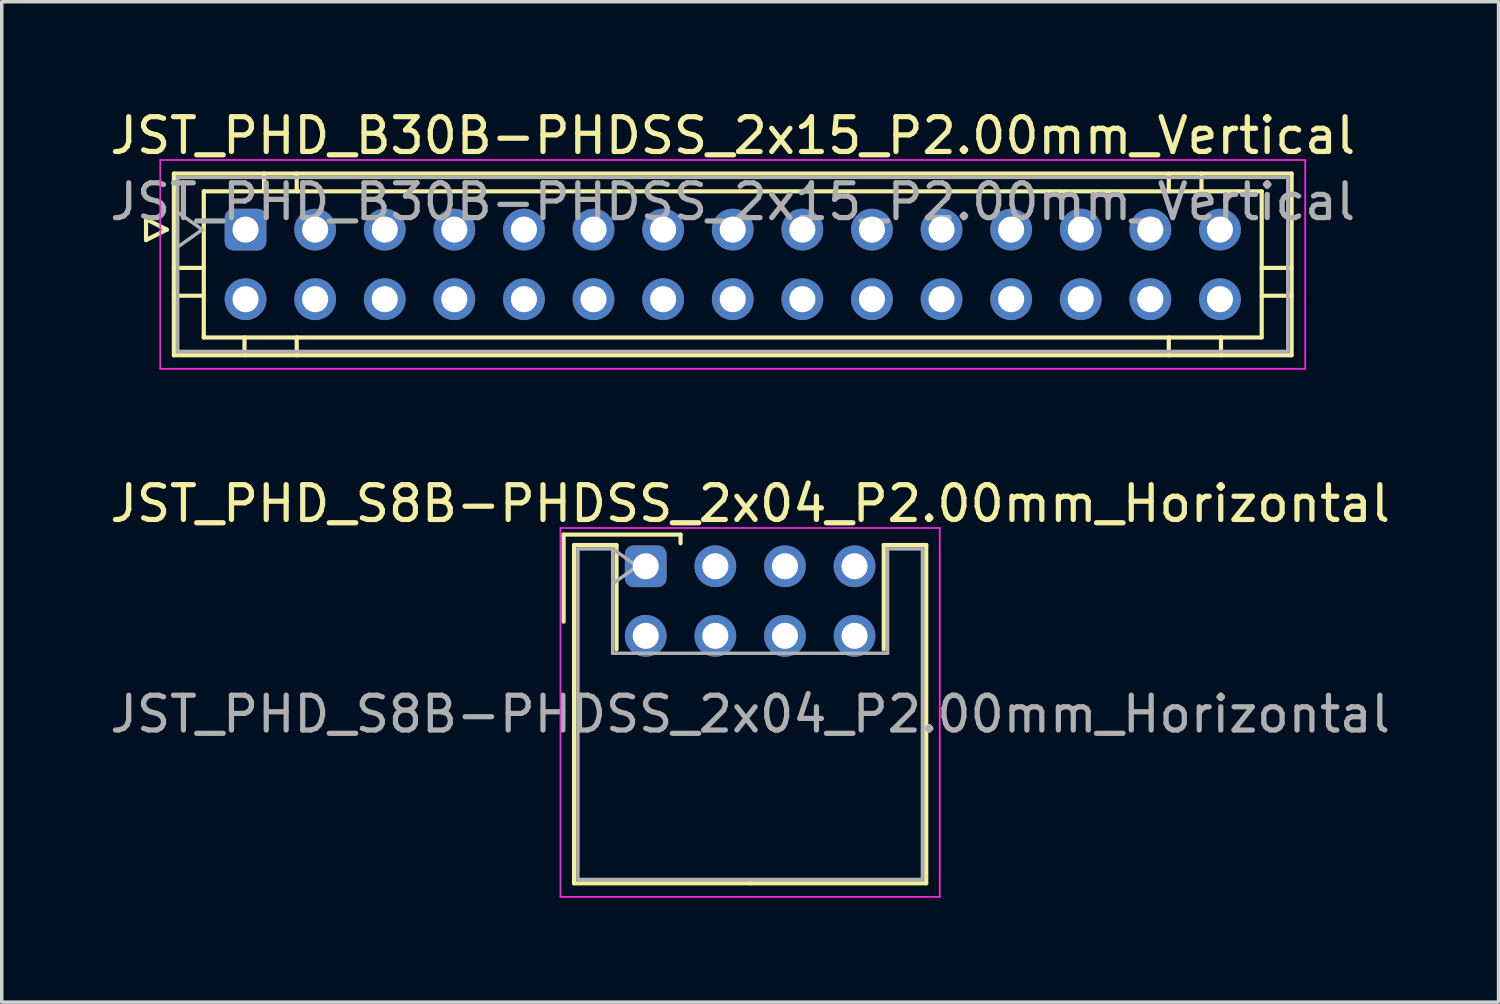
<source format=kicad_pcb>
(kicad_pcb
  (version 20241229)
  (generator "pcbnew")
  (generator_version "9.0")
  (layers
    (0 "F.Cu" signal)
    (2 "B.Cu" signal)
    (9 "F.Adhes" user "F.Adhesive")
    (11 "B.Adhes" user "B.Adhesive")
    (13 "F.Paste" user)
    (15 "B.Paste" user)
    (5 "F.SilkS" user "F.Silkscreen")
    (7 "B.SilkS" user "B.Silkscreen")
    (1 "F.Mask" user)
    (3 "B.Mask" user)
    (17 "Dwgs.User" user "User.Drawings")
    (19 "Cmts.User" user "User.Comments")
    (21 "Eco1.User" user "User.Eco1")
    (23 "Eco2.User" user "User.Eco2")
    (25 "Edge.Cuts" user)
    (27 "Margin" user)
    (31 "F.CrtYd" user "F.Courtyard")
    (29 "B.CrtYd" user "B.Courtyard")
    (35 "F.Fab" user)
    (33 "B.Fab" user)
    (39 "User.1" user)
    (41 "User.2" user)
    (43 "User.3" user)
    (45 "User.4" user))
  (footprint "JST_PHD_B30B-PHDSS_2x15_P2.00mm_Vertical"
    (layer "F.Cu")
    (at 4.006 3.548)
    (property "Reference" "JST_PHD_B30B-PHDSS_2x15_P2.00mm_Vertical" (at 14 -2.7 0) (layer "F.SilkS") (effects (font (size 1 1) (thickness 0.15))))
    (attr through_hole)
    (fp_line (start -2.86 -0.3) (end -2.26 0) (stroke (width 0.12) (type solid)) (layer "F.SilkS"))
    (fp_line (start -2.86 0.3) (end -2.86 -0.3) (stroke (width 0.12) (type solid)) (layer "F.SilkS"))
    (fp_line (start -2.26 0) (end -2.86 0.3) (stroke (width 0.12) (type solid)) (layer "F.SilkS"))
    (fp_line (start -2.06 -1.61) (end -2.06 3.61) (stroke (width 0.12) (type solid)) (layer "F.SilkS"))
    (fp_line (start -2.06 1.1) (end -1.2 1.1) (stroke (width 0.12) (type solid)) (layer "F.SilkS"))
    (fp_line (start -2.06 1.9) (end -1.2 1.9) (stroke (width 0.12) (type solid)) (layer "F.SilkS"))
    (fp_line (start -2.06 3.61) (end 30.06 3.61) (stroke (width 0.12) (type solid)) (layer "F.SilkS"))
    (fp_line (start -1.2 -1.1) (end -1.2 3.1) (stroke (width 0.12) (type solid)) (layer "F.SilkS"))
    (fp_line (start -1.2 3.1) (end 29.2 3.1) (stroke (width 0.12) (type solid)) (layer "F.SilkS"))
    (fp_line (start -0.03 3.61) (end -0.03 3.1) (stroke (width 0.12) (type solid)) (layer "F.SilkS"))
    (fp_line (start 0.53 -1.61) (end 0.53 -1.1) (stroke (width 0.12) (type solid)) (layer "F.SilkS"))
    (fp_line (start 1.47 -1.61) (end 1.47 -1.1) (stroke (width 0.12) (type solid)) (layer "F.SilkS"))
    (fp_line (start 1.47 3.61) (end 1.47 3.1) (stroke (width 0.12) (type solid)) (layer "F.SilkS"))
    (fp_line (start 26.53 -1.61) (end 26.53 -1.1) (stroke (width 0.12) (type solid)) (layer "F.SilkS"))
    (fp_line (start 26.53 3.61) (end 26.53 3.1) (stroke (width 0.12) (type solid)) (layer "F.SilkS"))
    (fp_line (start 27.47 -1.61) (end 27.47 -1.1) (stroke (width 0.12) (type solid)) (layer "F.SilkS"))
    (fp_line (start 28.03 3.61) (end 28.03 3.1) (stroke (width 0.12) (type solid)) (layer "F.SilkS"))
    (fp_line (start 29.2 -1.1) (end -1.2 -1.1) (stroke (width 0.12) (type solid)) (layer "F.SilkS"))
    (fp_line (start 29.2 3.1) (end 29.2 -1.1) (stroke (width 0.12) (type solid)) (layer "F.SilkS"))
    (fp_line (start 30.06 -1.61) (end -2.06 -1.61) (stroke (width 0.12) (type solid)) (layer "F.SilkS"))
    (fp_line (start 30.06 1.1) (end 29.2 1.1) (stroke (width 0.12) (type solid)) (layer "F.SilkS"))
    (fp_line (start 30.06 1.9) (end 29.2 1.9) (stroke (width 0.12) (type solid)) (layer "F.SilkS"))
    (fp_line (start 30.06 3.61) (end 30.06 -1.61) (stroke (width 0.12) (type solid)) (layer "F.SilkS"))
    (fp_line (start -2.45 -2) (end -2.45 4) (stroke (width 0.05) (type solid)) (layer "F.CrtYd"))
    (fp_line (start -2.45 4) (end 30.45 4) (stroke (width 0.05) (type solid)) (layer "F.CrtYd"))
    (fp_line (start 30.45 -2) (end -2.45 -2) (stroke (width 0.05) (type solid)) (layer "F.CrtYd"))
    (fp_line (start 30.45 4) (end 30.45 -2) (stroke (width 0.05) (type solid)) (layer "F.CrtYd"))
    (fp_line (start -1.95 -1.5) (end -1.95 3.5) (stroke (width 0.1) (type solid)) (layer "F.Fab"))
    (fp_line (start -1.95 0.5) (end -1.243 0) (stroke (width 0.1) (type solid)) (layer "F.Fab"))
    (fp_line (start -1.95 3.5) (end 29.95 3.5) (stroke (width 0.1) (type solid)) (layer "F.Fab"))
    (fp_line (start -1.243 0) (end -1.95 -0.5) (stroke (width 0.1) (type solid)) (layer "F.Fab"))
    (fp_line (start 29.95 -1.5) (end -1.95 -1.5) (stroke (width 0.1) (type solid)) (layer "F.Fab"))
    (fp_line (start 29.95 3.5) (end 29.95 -1.5) (stroke (width 0.1) (type solid)) (layer "F.Fab"))
    (fp_text user "${REFERENCE}" (at 14 -0.8 0) (layer "F.Fab") (effects (font (size 1 1) (thickness 0.15))))
    (pad "1" thru_hole roundrect (at 0 0) (size 1.2 1.2) (drill 0.75) (layers "*.Cu" "*.Mask") (roundrect_rratio 0.208))
    (pad "2" thru_hole circle (at 0 2) (size 1.2 1.2) (drill 0.75) (layers "*.Cu" "*.Mask"))
    (pad "3" thru_hole circle (at 2 0) (size 1.2 1.2) (drill 0.75) (layers "*.Cu" "*.Mask"))
    (pad "4" thru_hole circle (at 2 2) (size 1.2 1.2) (drill 0.75) (layers "*.Cu" "*.Mask"))
    (pad "5" thru_hole circle (at 4 0) (size 1.2 1.2) (drill 0.75) (layers "*.Cu" "*.Mask"))
    (pad "6" thru_hole circle (at 4 2) (size 1.2 1.2) (drill 0.75) (layers "*.Cu" "*.Mask"))
    (pad "7" thru_hole circle (at 6 0) (size 1.2 1.2) (drill 0.75) (layers "*.Cu" "*.Mask"))
    (pad "8" thru_hole circle (at 6 2) (size 1.2 1.2) (drill 0.75) (layers "*.Cu" "*.Mask"))
    (pad "9" thru_hole circle (at 8 0) (size 1.2 1.2) (drill 0.75) (layers "*.Cu" "*.Mask"))
    (pad "10" thru_hole circle (at 8 2) (size 1.2 1.2) (drill 0.75) (layers "*.Cu" "*.Mask"))
    (pad "11" thru_hole circle (at 10 0) (size 1.2 1.2) (drill 0.75) (layers "*.Cu" "*.Mask"))
    (pad "12" thru_hole circle (at 10 2) (size 1.2 1.2) (drill 0.75) (layers "*.Cu" "*.Mask"))
    (pad "13" thru_hole circle (at 12 0) (size 1.2 1.2) (drill 0.75) (layers "*.Cu" "*.Mask"))
    (pad "14" thru_hole circle (at 12 2) (size 1.2 1.2) (drill 0.75) (layers "*.Cu" "*.Mask"))
    (pad "15" thru_hole circle (at 14 0) (size 1.2 1.2) (drill 0.75) (layers "*.Cu" "*.Mask"))
    (pad "16" thru_hole circle (at 14 2) (size 1.2 1.2) (drill 0.75) (layers "*.Cu" "*.Mask"))
    (pad "17" thru_hole circle (at 16 0) (size 1.2 1.2) (drill 0.75) (layers "*.Cu" "*.Mask"))
    (pad "18" thru_hole circle (at 16 2) (size 1.2 1.2) (drill 0.75) (layers "*.Cu" "*.Mask"))
    (pad "19" thru_hole circle (at 18 0) (size 1.2 1.2) (drill 0.75) (layers "*.Cu" "*.Mask"))
    (pad "20" thru_hole circle (at 18 2) (size 1.2 1.2) (drill 0.75) (layers "*.Cu" "*.Mask"))
    (pad "21" thru_hole circle (at 20 0) (size 1.2 1.2) (drill 0.75) (layers "*.Cu" "*.Mask"))
    (pad "22" thru_hole circle (at 20 2) (size 1.2 1.2) (drill 0.75) (layers "*.Cu" "*.Mask"))
    (pad "23" thru_hole circle (at 22 0) (size 1.2 1.2) (drill 0.75) (layers "*.Cu" "*.Mask"))
    (pad "24" thru_hole circle (at 22 2) (size 1.2 1.2) (drill 0.75) (layers "*.Cu" "*.Mask"))
    (pad "25" thru_hole circle (at 24 0) (size 1.2 1.2) (drill 0.75) (layers "*.Cu" "*.Mask"))
    (pad "26" thru_hole circle (at 24 2) (size 1.2 1.2) (drill 0.75) (layers "*.Cu" "*.Mask"))
    (pad "27" thru_hole circle (at 26 0) (size 1.2 1.2) (drill 0.75) (layers "*.Cu" "*.Mask"))
    (pad "28" thru_hole circle (at 26 2) (size 1.2 1.2) (drill 0.75) (layers "*.Cu" "*.Mask"))
    (pad "29" thru_hole circle (at 28 0) (size 1.2 1.2) (drill 0.75) (layers "*.Cu" "*.Mask"))
    (pad "30" thru_hole circle (at 28 2) (size 1.2 1.2) (drill 0.75) (layers "*.Cu" "*.Mask")))
  (footprint "JST_PHD_S8B-PHDSS_2x04_P2.00mm_Horizontal"
    (layer "F.Cu")
    (at 15.506 13.222)
    (property "Reference" "JST_PHD_S8B-PHDSS_2x04_P2.00mm_Horizontal" (at 3 -1.8 0) (layer "F.SilkS") (effects (font (size 1 1) (thickness 0.15))))
    (attr through_hole)
    (fp_line (start -2.36 -0.91) (end -2.36 1.59) (stroke (width 0.12) (type solid)) (layer "F.SilkS"))
    (fp_line (start -2.06 -0.61) (end -2.06 9.11) (stroke (width 0.12) (type solid)) (layer "F.SilkS"))
    (fp_line (start -2.06 9.11) (end 3 9.11) (stroke (width 0.12) (type solid)) (layer "F.SilkS"))
    (fp_line (start -0.84 -0.61) (end -2.06 -0.61) (stroke (width 0.12) (type solid)) (layer "F.SilkS"))
    (fp_line (start -0.84 2.39) (end -0.84 -0.61) (stroke (width 0.12) (type solid)) (layer "F.SilkS"))
    (fp_line (start 1 -0.91) (end -2.36 -0.91) (stroke (width 0.12) (type solid)) (layer "F.SilkS"))
    (fp_line (start 1 -0.66) (end 1 -0.91) (stroke (width 0.12) (type solid)) (layer "F.SilkS"))
    (fp_line (start 6.84 -0.61) (end 8.06 -0.61) (stroke (width 0.12) (type solid)) (layer "F.SilkS"))
    (fp_line (start 6.84 2.39) (end 6.84 -0.61) (stroke (width 0.12) (type solid)) (layer "F.SilkS"))
    (fp_line (start 8.06 -0.61) (end 8.06 9.11) (stroke (width 0.12) (type solid)) (layer "F.SilkS"))
    (fp_line (start 8.06 9.11) (end 3 9.11) (stroke (width 0.12) (type solid)) (layer "F.SilkS"))
    (fp_line (start -2.45 -1.1) (end -2.45 9.5) (stroke (width 0.05) (type solid)) (layer "F.CrtYd"))
    (fp_line (start -2.45 9.5) (end 8.45 9.5) (stroke (width 0.05) (type solid)) (layer "F.CrtYd"))
    (fp_line (start 8.45 -1.1) (end -2.45 -1.1) (stroke (width 0.05) (type solid)) (layer "F.CrtYd"))
    (fp_line (start 8.45 9.5) (end 8.45 -1.1) (stroke (width 0.05) (type solid)) (layer "F.CrtYd"))
    (fp_line (start -1.95 -0.5) (end -0.95 -0.5) (stroke (width 0.1) (type solid)) (layer "F.Fab"))
    (fp_line (start -1.95 9) (end -1.95 -0.5) (stroke (width 0.1) (type solid)) (layer "F.Fab"))
    (fp_line (start -0.95 -0.5) (end -0.95 2.5) (stroke (width 0.1) (type solid)) (layer "F.Fab"))
    (fp_line (start -0.95 -0.5) (end -0.243 0) (stroke (width 0.1) (type solid)) (layer "F.Fab"))
    (fp_line (start -0.95 2.5) (end 6.95 2.5) (stroke (width 0.1) (type solid)) (layer "F.Fab"))
    (fp_line (start -0.243 0) (end -0.95 0.5) (stroke (width 0.1) (type solid)) (layer "F.Fab"))
    (fp_line (start 6.95 -0.5) (end 7.95 -0.5) (stroke (width 0.1) (type solid)) (layer "F.Fab"))
    (fp_line (start 6.95 2.5) (end 6.95 -0.5) (stroke (width 0.1) (type solid)) (layer "F.Fab"))
    (fp_line (start 7.95 -0.5) (end 7.95 9) (stroke (width 0.1) (type solid)) (layer "F.Fab"))
    (fp_line (start 7.95 9) (end -1.95 9) (stroke (width 0.1) (type solid)) (layer "F.Fab"))
    (fp_text user "${REFERENCE}" (at 3 4.25 0) (layer "F.Fab") (effects (font (size 1 1) (thickness 0.15))))
    (pad "1" thru_hole roundrect (at 0 0) (size 1.2 1.2) (drill 0.75) (layers "*.Cu" "*.Mask") (roundrect_rratio 0.208))
    (pad "2" thru_hole circle (at 0 2) (size 1.2 1.2) (drill 0.75) (layers "*.Cu" "*.Mask"))
    (pad "3" thru_hole circle (at 2 0) (size 1.2 1.2) (drill 0.75) (layers "*.Cu" "*.Mask"))
    (pad "4" thru_hole circle (at 2 2) (size 1.2 1.2) (drill 0.75) (layers "*.Cu" "*.Mask"))
    (pad "5" thru_hole circle (at 4 0) (size 1.2 1.2) (drill 0.75) (layers "*.Cu" "*.Mask"))
    (pad "6" thru_hole circle (at 4 2) (size 1.2 1.2) (drill 0.75) (layers "*.Cu" "*.Mask"))
    (pad "7" thru_hole circle (at 6 0) (size 1.2 1.2) (drill 0.75) (layers "*.Cu" "*.Mask"))
    (pad "8" thru_hole circle (at 6 2) (size 1.2 1.2) (drill 0.75) (layers "*.Cu" "*.Mask")))
  (gr_rect
    (start -3 -3)
    (end 40.012 25.747)
    (stroke (width 0.1) (type default))
    (fill no)
    (layer "Edge.Cuts")))
</source>
